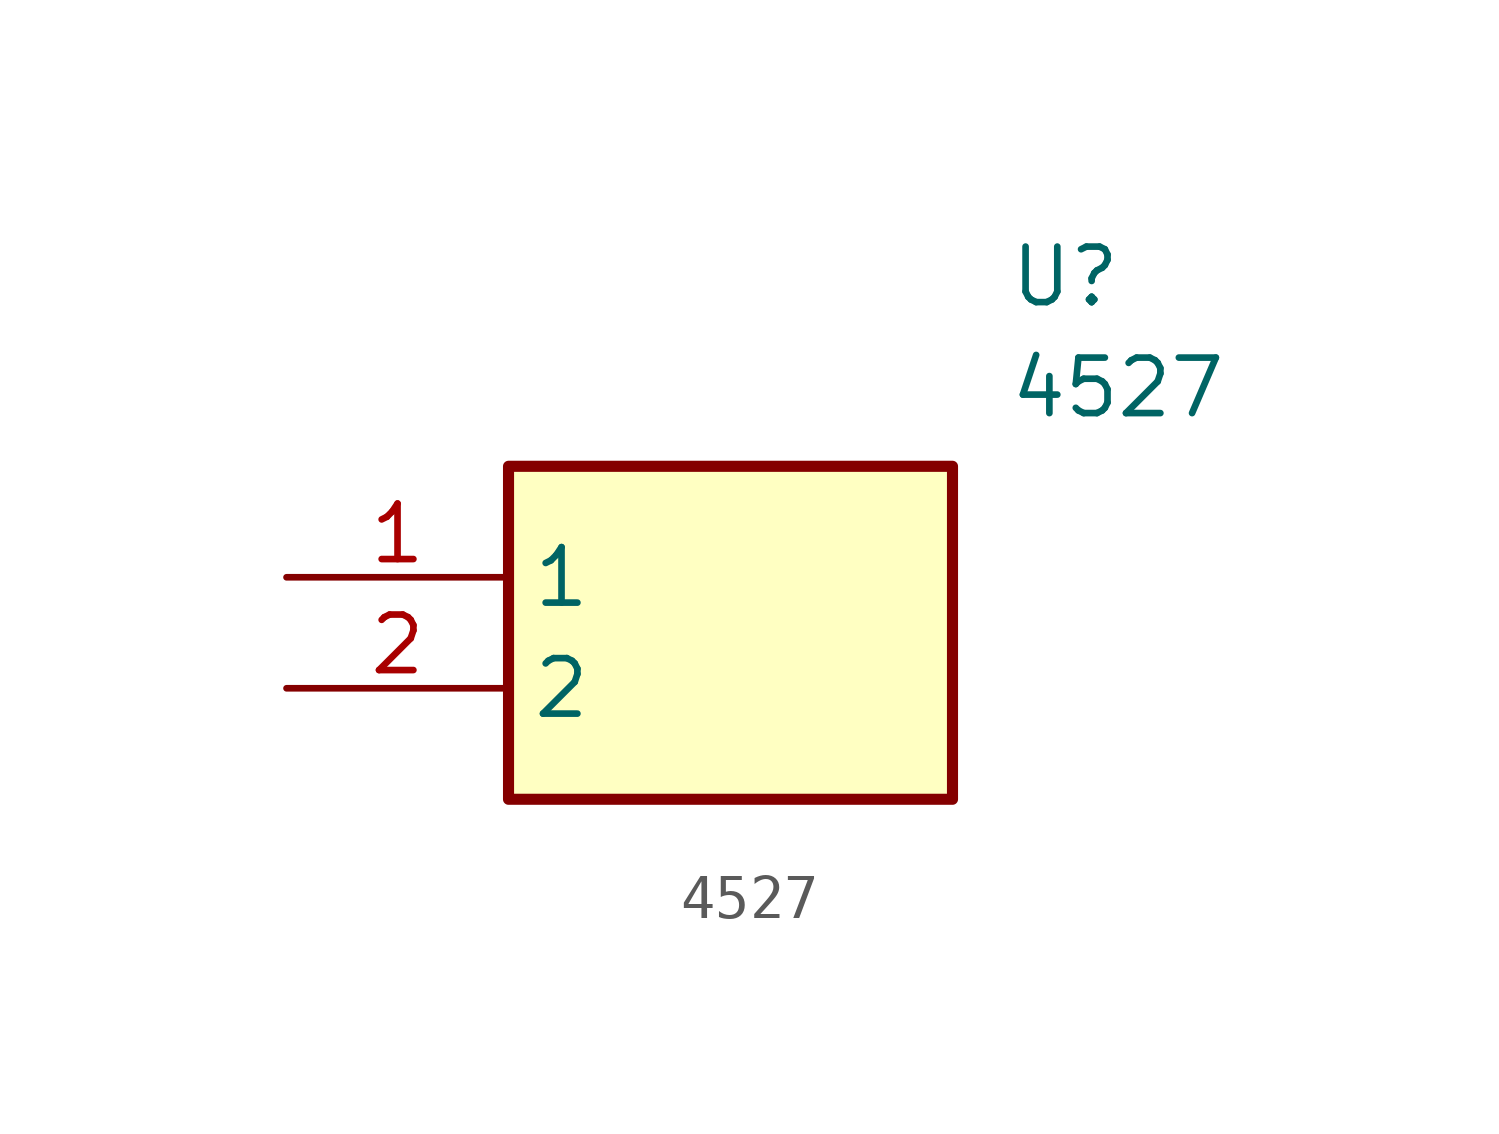
<source format=kicad_sym>
(kicad_symbol_lib
  (version 20211014)
  (generator SamacSys_ECAD_Model)
  (symbol "4527"
    (property "Reference" "U"
      (at 16.51 7.62 0)
      (effects (font (size 1.27 1.27)) (justify left top)))
    (property "Value" "4527"
      (at 16.51 5.08 0)
      (effects (font (size 1.27 1.27)) (justify left top)))
    (rectangle
      (start 5.08 2.54)
      (end 15.24 -5.08)
      (stroke (width 0.254) (type default))
      (fill (type background)))
    (pin passive line
      (at 0 0 0)
      (length 5.08)
      (name "1" (effects (font (size 1.27 1.27))))
      (number "1" (effects (font (size 1.27 1.27)))))
    (pin passive line
      (at 0 -2.54 0)
      (length 5.08)
      (name "2" (effects (font (size 1.27 1.27))))
      (number "2" (effects (font (size 1.27 1.27)))))))
</source>
